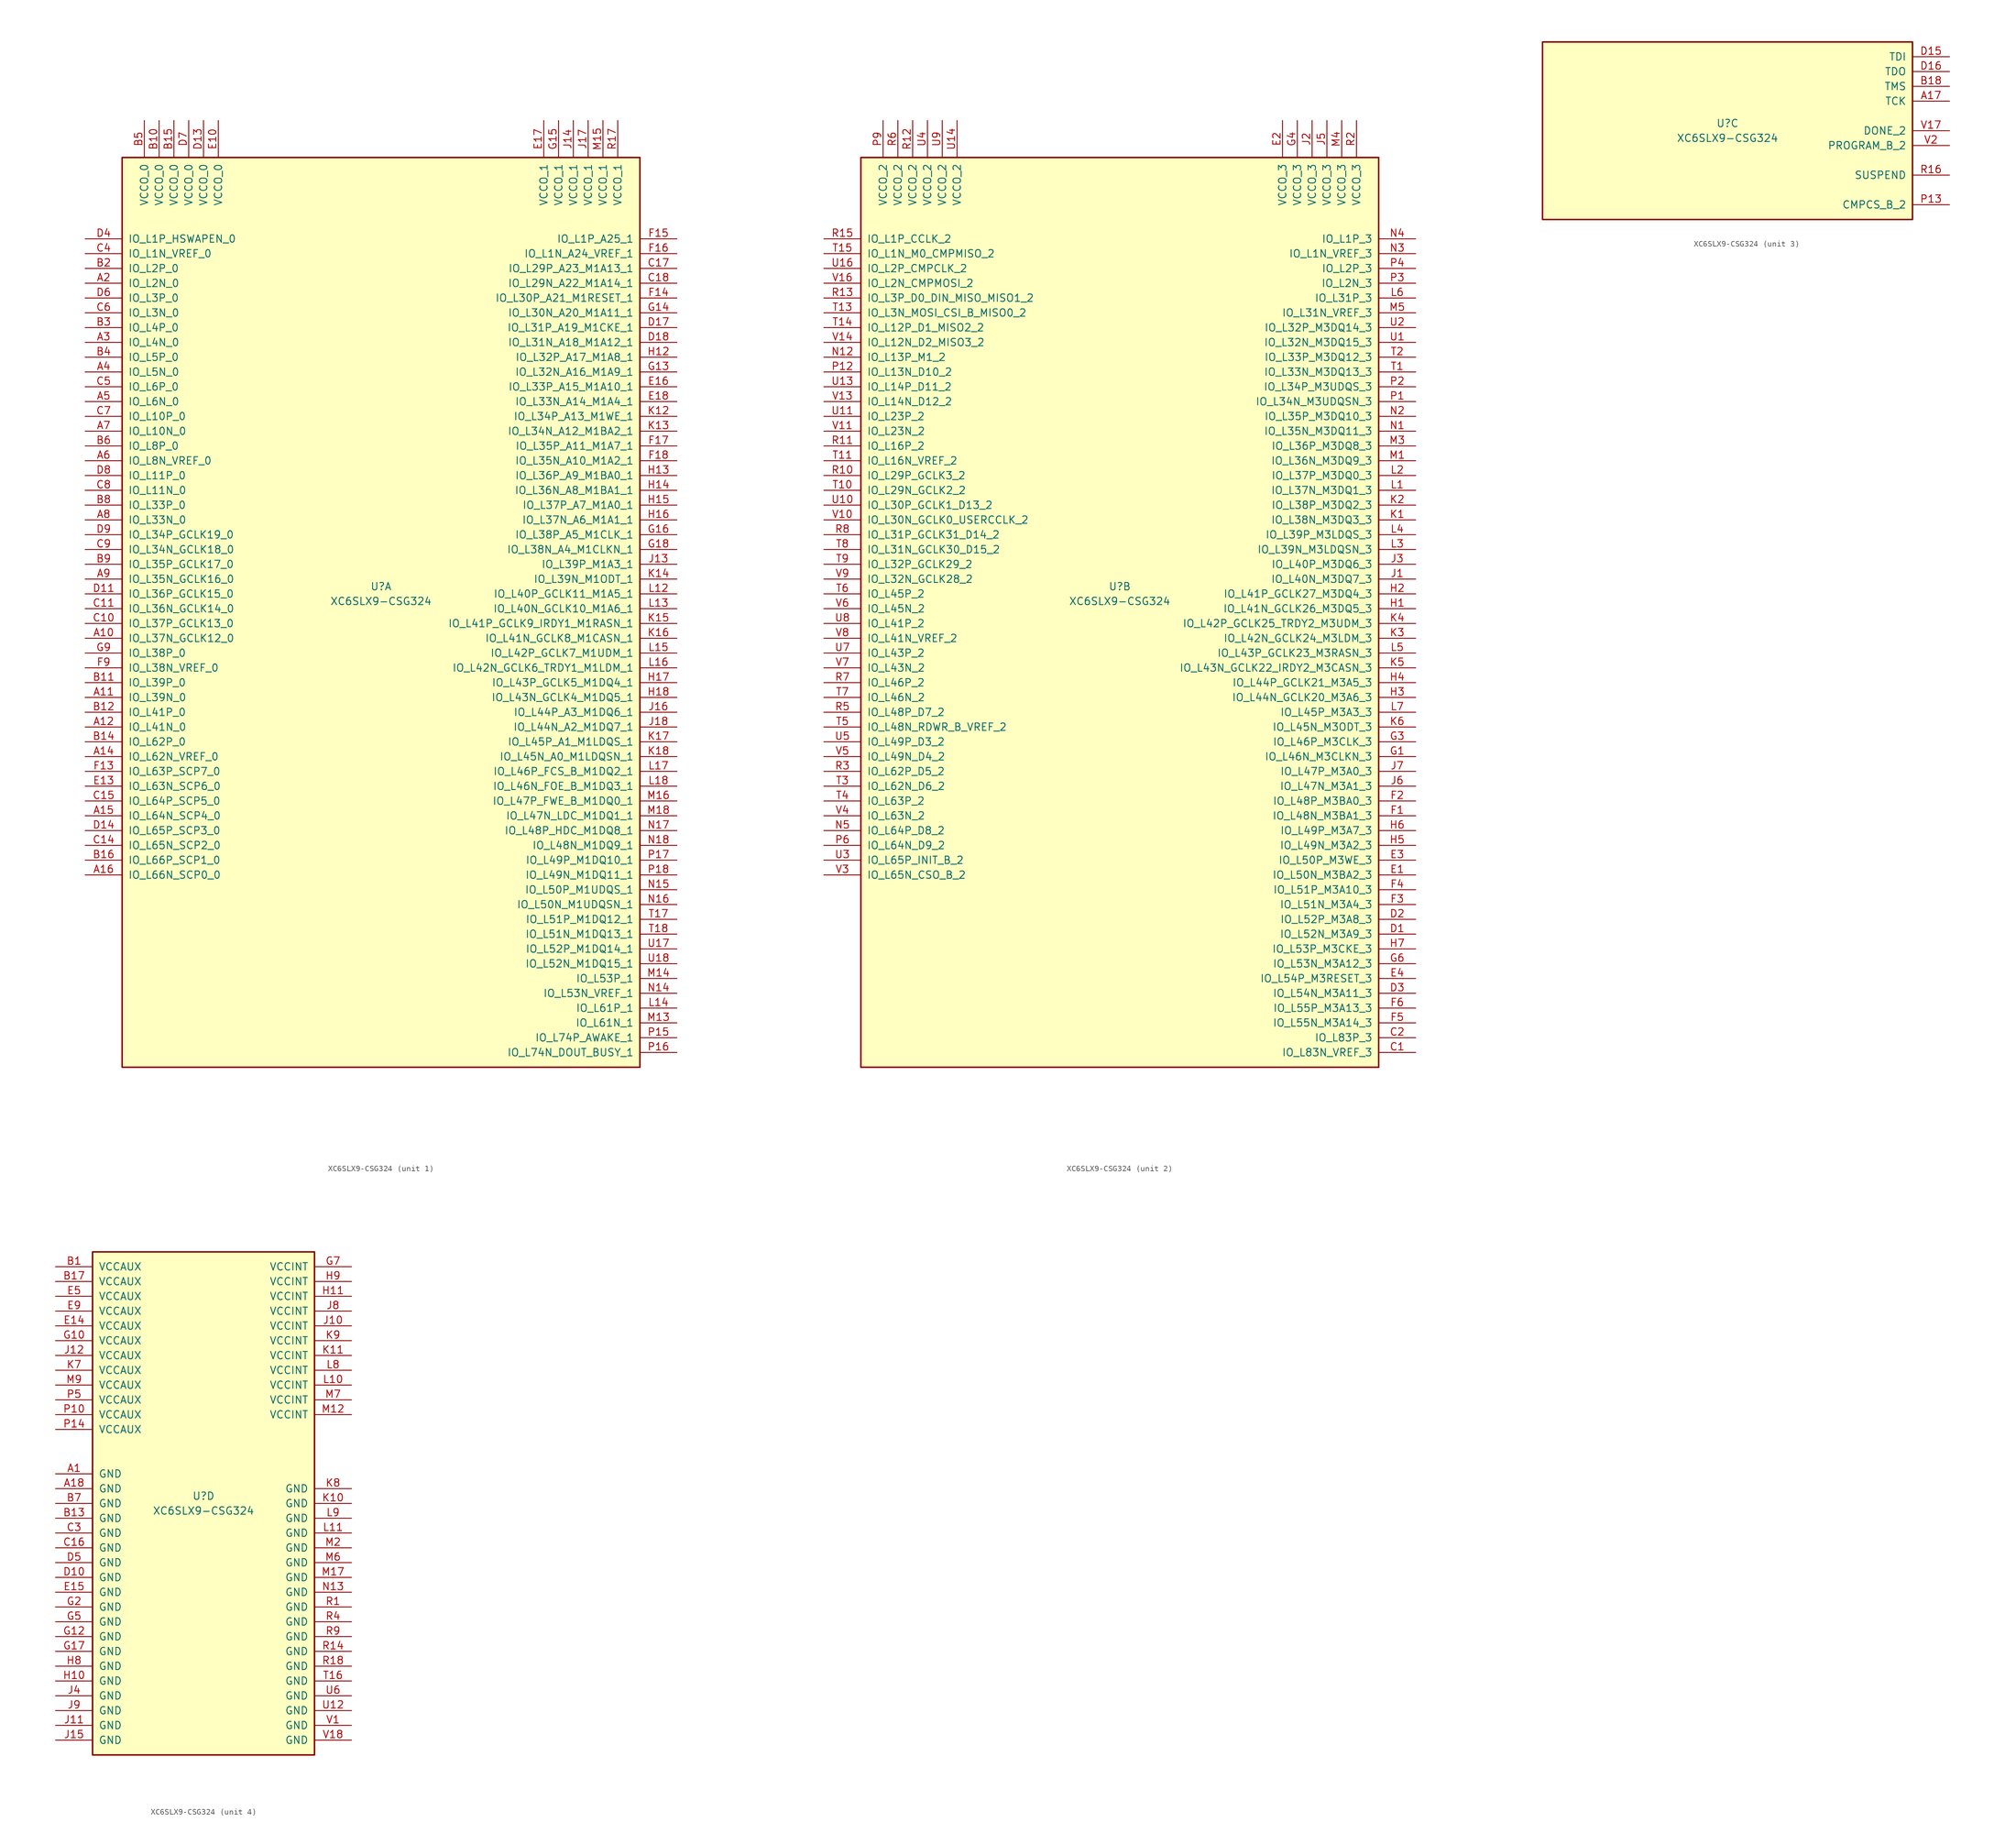
<source format=kicad_sym>
(kicad_symbol_lib
  (version 20220914)
  (generator kicad_symbol_editor)
  (symbol "XC6SLX9-CSG324"
    (pin_names
      (offset 1.016))
    (property "Reference" "U"
      (at 0 1.27 0)
      (effects (font (size 1.27 1.27))))
    (property "Value" "XC6SLX9-CSG324"
      (at 0 -1.27 0)
      (effects (font (size 1.27 1.27))))
    (property "Datasheet" ""
      (at 0 0 0)
      (effects (font (size 1.27 1.27))))
    (property "ki_locked" ""
      (at 0 0 0)
      (effects (font (size 1.27 1.27))))
    (symbol "XC6SLX9-CSG324_1_1"
      (rectangle (start -44.45 74.93) (end 44.45 -81.28) (stroke (width 0.254) (type default)) (fill (type background)))
      (pin bidirectional line (at -50.8 -7.62 0) (length 6.35) (name "IO_L37N_GCLK12_0" (effects (font (size 1.27 1.27)))) (number "A10" (effects (font (size 1.27 1.27)))))
      (pin bidirectional line (at -50.8 -17.78 0) (length 6.35) (name "IO_L39N_0" (effects (font (size 1.27 1.27)))) (number "A11" (effects (font (size 1.27 1.27)))))
      (pin bidirectional line (at -50.8 -22.86 0) (length 6.35) (name "IO_L41N_0" (effects (font (size 1.27 1.27)))) (number "A12" (effects (font (size 1.27 1.27)))))
      (pin bidirectional line (at -50.8 -27.94 0) (length 6.35) (name "IO_L62N_VREF_0" (effects (font (size 1.27 1.27)))) (number "A14" (effects (font (size 1.27 1.27)))))
      (pin bidirectional line (at -50.8 -38.1 0) (length 6.35) (name "IO_L64N_SCP4_0" (effects (font (size 1.27 1.27)))) (number "A15" (effects (font (size 1.27 1.27)))))
      (pin bidirectional line (at -50.8 -48.26 0) (length 6.35) (name "IO_L66N_SCP0_0" (effects (font (size 1.27 1.27)))) (number "A16" (effects (font (size 1.27 1.27)))))
      (pin bidirectional line (at -50.8 53.34 0) (length 6.35) (name "IO_L2N_0" (effects (font (size 1.27 1.27)))) (number "A2" (effects (font (size 1.27 1.27)))))
      (pin bidirectional line (at -50.8 43.18 0) (length 6.35) (name "IO_L4N_0" (effects (font (size 1.27 1.27)))) (number "A3" (effects (font (size 1.27 1.27)))))
      (pin bidirectional line (at -50.8 38.1 0) (length 6.35) (name "IO_L5N_0" (effects (font (size 1.27 1.27)))) (number "A4" (effects (font (size 1.27 1.27)))))
      (pin bidirectional line (at -50.8 33.02 0) (length 6.35) (name "IO_L6N_0" (effects (font (size 1.27 1.27)))) (number "A5" (effects (font (size 1.27 1.27)))))
      (pin bidirectional line (at -50.8 22.86 0) (length 6.35) (name "IO_L8N_VREF_0" (effects (font (size 1.27 1.27)))) (number "A6" (effects (font (size 1.27 1.27)))))
      (pin bidirectional line (at -50.8 27.94 0) (length 6.35) (name "IO_L10N_0" (effects (font (size 1.27 1.27)))) (number "A7" (effects (font (size 1.27 1.27)))))
      (pin bidirectional line (at -50.8 12.7 0) (length 6.35) (name "IO_L33N_0" (effects (font (size 1.27 1.27)))) (number "A8" (effects (font (size 1.27 1.27)))))
      (pin bidirectional line (at -50.8 2.54 0) (length 6.35) (name "IO_L35N_GCLK16_0" (effects (font (size 1.27 1.27)))) (number "A9" (effects (font (size 1.27 1.27)))))
      (pin power_in line (at -38.1 81.28 270) (length 6.35) (name "VCCO_0" (effects (font (size 1.27 1.27)))) (number "B10" (effects (font (size 1.27 1.27)))))
      (pin bidirectional line (at -50.8 -15.24 0) (length 6.35) (name "IO_L39P_0" (effects (font (size 1.27 1.27)))) (number "B11" (effects (font (size 1.27 1.27)))))
      (pin bidirectional line (at -50.8 -20.32 0) (length 6.35) (name "IO_L41P_0" (effects (font (size 1.27 1.27)))) (number "B12" (effects (font (size 1.27 1.27)))))
      (pin bidirectional line (at -50.8 -25.4 0) (length 6.35) (name "IO_L62P_0" (effects (font (size 1.27 1.27)))) (number "B14" (effects (font (size 1.27 1.27)))))
      (pin power_in line (at -35.56 81.28 270) (length 6.35) (name "VCCO_0" (effects (font (size 1.27 1.27)))) (number "B15" (effects (font (size 1.27 1.27)))))
      (pin bidirectional line (at -50.8 -45.72 0) (length 6.35) (name "IO_L66P_SCP1_0" (effects (font (size 1.27 1.27)))) (number "B16" (effects (font (size 1.27 1.27)))))
      (pin bidirectional line (at -50.8 55.88 0) (length 6.35) (name "IO_L2P_0" (effects (font (size 1.27 1.27)))) (number "B2" (effects (font (size 1.27 1.27)))))
      (pin bidirectional line (at -50.8 45.72 0) (length 6.35) (name "IO_L4P_0" (effects (font (size 1.27 1.27)))) (number "B3" (effects (font (size 1.27 1.27)))))
      (pin bidirectional line (at -50.8 40.64 0) (length 6.35) (name "IO_L5P_0" (effects (font (size 1.27 1.27)))) (number "B4" (effects (font (size 1.27 1.27)))))
      (pin power_in line (at -40.64 81.28 270) (length 6.35) (name "VCCO_0" (effects (font (size 1.27 1.27)))) (number "B5" (effects (font (size 1.27 1.27)))))
      (pin bidirectional line (at -50.8 25.4 0) (length 6.35) (name "IO_L8P_0" (effects (font (size 1.27 1.27)))) (number "B6" (effects (font (size 1.27 1.27)))))
      (pin bidirectional line (at -50.8 15.24 0) (length 6.35) (name "IO_L33P_0" (effects (font (size 1.27 1.27)))) (number "B8" (effects (font (size 1.27 1.27)))))
      (pin bidirectional line (at -50.8 5.08 0) (length 6.35) (name "IO_L35P_GCLK17_0" (effects (font (size 1.27 1.27)))) (number "B9" (effects (font (size 1.27 1.27)))))
      (pin bidirectional line (at -50.8 -5.08 0) (length 6.35) (name "IO_L37P_GCLK13_0" (effects (font (size 1.27 1.27)))) (number "C10" (effects (font (size 1.27 1.27)))))
      (pin bidirectional line (at -50.8 -2.54 0) (length 6.35) (name "IO_L36N_GCLK14_0" (effects (font (size 1.27 1.27)))) (number "C11" (effects (font (size 1.27 1.27)))))
      (pin bidirectional line (at -50.8 -43.18 0) (length 6.35) (name "IO_L65N_SCP2_0" (effects (font (size 1.27 1.27)))) (number "C14" (effects (font (size 1.27 1.27)))))
      (pin bidirectional line (at -50.8 -35.56 0) (length 6.35) (name "IO_L64P_SCP5_0" (effects (font (size 1.27 1.27)))) (number "C15" (effects (font (size 1.27 1.27)))))
      (pin bidirectional line (at 50.8 55.88 180) (length 6.35) (name "IO_L29P_A23_M1A13_1" (effects (font (size 1.27 1.27)))) (number "C17" (effects (font (size 1.27 1.27)))))
      (pin bidirectional line (at 50.8 53.34 180) (length 6.35) (name "IO_L29N_A22_M1A14_1" (effects (font (size 1.27 1.27)))) (number "C18" (effects (font (size 1.27 1.27)))))
      (pin bidirectional line (at -50.8 58.42 0) (length 6.35) (name "IO_L1N_VREF_0" (effects (font (size 1.27 1.27)))) (number "C4" (effects (font (size 1.27 1.27)))))
      (pin bidirectional line (at -50.8 35.56 0) (length 6.35) (name "IO_L6P_0" (effects (font (size 1.27 1.27)))) (number "C5" (effects (font (size 1.27 1.27)))))
      (pin bidirectional line (at -50.8 48.26 0) (length 6.35) (name "IO_L3N_0" (effects (font (size 1.27 1.27)))) (number "C6" (effects (font (size 1.27 1.27)))))
      (pin bidirectional line (at -50.8 30.48 0) (length 6.35) (name "IO_L10P_0" (effects (font (size 1.27 1.27)))) (number "C7" (effects (font (size 1.27 1.27)))))
      (pin bidirectional line (at -50.8 17.78 0) (length 6.35) (name "IO_L11N_0" (effects (font (size 1.27 1.27)))) (number "C8" (effects (font (size 1.27 1.27)))))
      (pin bidirectional line (at -50.8 7.62 0) (length 6.35) (name "IO_L34N_GCLK18_0" (effects (font (size 1.27 1.27)))) (number "C9" (effects (font (size 1.27 1.27)))))
      (pin bidirectional line (at -50.8 0 0) (length 6.35) (name "IO_L36P_GCLK15_0" (effects (font (size 1.27 1.27)))) (number "D11" (effects (font (size 1.27 1.27)))))
      (pin power_in line (at -30.48 81.28 270) (length 6.35) (name "VCCO_0" (effects (font (size 1.27 1.27)))) (number "D13" (effects (font (size 1.27 1.27)))))
      (pin bidirectional line (at -50.8 -40.64 0) (length 6.35) (name "IO_L65P_SCP3_0" (effects (font (size 1.27 1.27)))) (number "D14" (effects (font (size 1.27 1.27)))))
      (pin bidirectional line (at 50.8 45.72 180) (length 6.35) (name "IO_L31P_A19_M1CKE_1" (effects (font (size 1.27 1.27)))) (number "D17" (effects (font (size 1.27 1.27)))))
      (pin bidirectional line (at 50.8 43.18 180) (length 6.35) (name "IO_L31N_A18_M1A12_1" (effects (font (size 1.27 1.27)))) (number "D18" (effects (font (size 1.27 1.27)))))
      (pin bidirectional line (at -50.8 60.96 0) (length 6.35) (name "IO_L1P_HSWAPEN_0" (effects (font (size 1.27 1.27)))) (number "D4" (effects (font (size 1.27 1.27)))))
      (pin bidirectional line (at -50.8 50.8 0) (length 6.35) (name "IO_L3P_0" (effects (font (size 1.27 1.27)))) (number "D6" (effects (font (size 1.27 1.27)))))
      (pin power_in line (at -33.02 81.28 270) (length 6.35) (name "VCCO_0" (effects (font (size 1.27 1.27)))) (number "D7" (effects (font (size 1.27 1.27)))))
      (pin bidirectional line (at -50.8 20.32 0) (length 6.35) (name "IO_L11P_0" (effects (font (size 1.27 1.27)))) (number "D8" (effects (font (size 1.27 1.27)))))
      (pin bidirectional line (at -50.8 10.16 0) (length 6.35) (name "IO_L34P_GCLK19_0" (effects (font (size 1.27 1.27)))) (number "D9" (effects (font (size 1.27 1.27)))))
      (pin power_in line (at -27.94 81.28 270) (length 6.35) (name "VCCO_0" (effects (font (size 1.27 1.27)))) (number "E10" (effects (font (size 1.27 1.27)))))
      (pin bidirectional line (at -50.8 -33.02 0) (length 6.35) (name "IO_L63N_SCP6_0" (effects (font (size 1.27 1.27)))) (number "E13" (effects (font (size 1.27 1.27)))))
      (pin bidirectional line (at 50.8 35.56 180) (length 6.35) (name "IO_L33P_A15_M1A10_1" (effects (font (size 1.27 1.27)))) (number "E16" (effects (font (size 1.27 1.27)))))
      (pin power_in line (at 27.94 81.28 270) (length 6.35) (name "VCCO_1" (effects (font (size 1.27 1.27)))) (number "E17" (effects (font (size 1.27 1.27)))))
      (pin bidirectional line (at 50.8 33.02 180) (length 6.35) (name "IO_L33N_A14_M1A4_1" (effects (font (size 1.27 1.27)))) (number "E18" (effects (font (size 1.27 1.27)))))
      (pin bidirectional line (at -50.8 -30.48 0) (length 6.35) (name "IO_L63P_SCP7_0" (effects (font (size 1.27 1.27)))) (number "F13" (effects (font (size 1.27 1.27)))))
      (pin bidirectional line (at 50.8 50.8 180) (length 6.35) (name "IO_L30P_A21_M1RESET_1" (effects (font (size 1.27 1.27)))) (number "F14" (effects (font (size 1.27 1.27)))))
      (pin bidirectional line (at 50.8 60.96 180) (length 6.35) (name "IO_L1P_A25_1" (effects (font (size 1.27 1.27)))) (number "F15" (effects (font (size 1.27 1.27)))))
      (pin bidirectional line (at 50.8 58.42 180) (length 6.35) (name "IO_L1N_A24_VREF_1" (effects (font (size 1.27 1.27)))) (number "F16" (effects (font (size 1.27 1.27)))))
      (pin bidirectional line (at 50.8 25.4 180) (length 6.35) (name "IO_L35P_A11_M1A7_1" (effects (font (size 1.27 1.27)))) (number "F17" (effects (font (size 1.27 1.27)))))
      (pin bidirectional line (at 50.8 22.86 180) (length 6.35) (name "IO_L35N_A10_M1A2_1" (effects (font (size 1.27 1.27)))) (number "F18" (effects (font (size 1.27 1.27)))))
      (pin bidirectional line (at -50.8 -12.7 0) (length 6.35) (name "IO_L38N_VREF_0" (effects (font (size 1.27 1.27)))) (number "F9" (effects (font (size 1.27 1.27)))))
      (pin bidirectional line (at 50.8 38.1 180) (length 6.35) (name "IO_L32N_A16_M1A9_1" (effects (font (size 1.27 1.27)))) (number "G13" (effects (font (size 1.27 1.27)))))
      (pin bidirectional line (at 50.8 48.26 180) (length 6.35) (name "IO_L30N_A20_M1A11_1" (effects (font (size 1.27 1.27)))) (number "G14" (effects (font (size 1.27 1.27)))))
      (pin power_in line (at 30.48 81.28 270) (length 6.35) (name "VCCO_1" (effects (font (size 1.27 1.27)))) (number "G15" (effects (font (size 1.27 1.27)))))
      (pin bidirectional line (at 50.8 10.16 180) (length 6.35) (name "IO_L38P_A5_M1CLK_1" (effects (font (size 1.27 1.27)))) (number "G16" (effects (font (size 1.27 1.27)))))
      (pin bidirectional line (at 50.8 7.62 180) (length 6.35) (name "IO_L38N_A4_M1CLKN_1" (effects (font (size 1.27 1.27)))) (number "G18" (effects (font (size 1.27 1.27)))))
      (pin bidirectional line (at -50.8 -10.16 0) (length 6.35) (name "IO_L38P_0" (effects (font (size 1.27 1.27)))) (number "G9" (effects (font (size 1.27 1.27)))))
      (pin bidirectional line (at 50.8 40.64 180) (length 6.35) (name "IO_L32P_A17_M1A8_1" (effects (font (size 1.27 1.27)))) (number "H12" (effects (font (size 1.27 1.27)))))
      (pin bidirectional line (at 50.8 20.32 180) (length 6.35) (name "IO_L36P_A9_M1BA0_1" (effects (font (size 1.27 1.27)))) (number "H13" (effects (font (size 1.27 1.27)))))
      (pin bidirectional line (at 50.8 17.78 180) (length 6.35) (name "IO_L36N_A8_M1BA1_1" (effects (font (size 1.27 1.27)))) (number "H14" (effects (font (size 1.27 1.27)))))
      (pin bidirectional line (at 50.8 15.24 180) (length 6.35) (name "IO_L37P_A7_M1A0_1" (effects (font (size 1.27 1.27)))) (number "H15" (effects (font (size 1.27 1.27)))))
      (pin bidirectional line (at 50.8 12.7 180) (length 6.35) (name "IO_L37N_A6_M1A1_1" (effects (font (size 1.27 1.27)))) (number "H16" (effects (font (size 1.27 1.27)))))
      (pin bidirectional line (at 50.8 -15.24 180) (length 6.35) (name "IO_L43P_GCLK5_M1DQ4_1" (effects (font (size 1.27 1.27)))) (number "H17" (effects (font (size 1.27 1.27)))))
      (pin bidirectional line (at 50.8 -17.78 180) (length 6.35) (name "IO_L43N_GCLK4_M1DQ5_1" (effects (font (size 1.27 1.27)))) (number "H18" (effects (font (size 1.27 1.27)))))
      (pin bidirectional line (at 50.8 5.08 180) (length 6.35) (name "IO_L39P_M1A3_1" (effects (font (size 1.27 1.27)))) (number "J13" (effects (font (size 1.27 1.27)))))
      (pin power_in line (at 33.02 81.28 270) (length 6.35) (name "VCCO_1" (effects (font (size 1.27 1.27)))) (number "J14" (effects (font (size 1.27 1.27)))))
      (pin bidirectional line (at 50.8 -20.32 180) (length 6.35) (name "IO_L44P_A3_M1DQ6_1" (effects (font (size 1.27 1.27)))) (number "J16" (effects (font (size 1.27 1.27)))))
      (pin power_in line (at 35.56 81.28 270) (length 6.35) (name "VCCO_1" (effects (font (size 1.27 1.27)))) (number "J17" (effects (font (size 1.27 1.27)))))
      (pin bidirectional line (at 50.8 -22.86 180) (length 6.35) (name "IO_L44N_A2_M1DQ7_1" (effects (font (size 1.27 1.27)))) (number "J18" (effects (font (size 1.27 1.27)))))
      (pin bidirectional line (at 50.8 30.48 180) (length 6.35) (name "IO_L34P_A13_M1WE_1" (effects (font (size 1.27 1.27)))) (number "K12" (effects (font (size 1.27 1.27)))))
      (pin bidirectional line (at 50.8 27.94 180) (length 6.35) (name "IO_L34N_A12_M1BA2_1" (effects (font (size 1.27 1.27)))) (number "K13" (effects (font (size 1.27 1.27)))))
      (pin bidirectional line (at 50.8 2.54 180) (length 6.35) (name "IO_L39N_M1ODT_1" (effects (font (size 1.27 1.27)))) (number "K14" (effects (font (size 1.27 1.27)))))
      (pin bidirectional line (at 50.8 -5.08 180) (length 6.35) (name "IO_L41P_GCLK9_IRDY1_M1RASN_1" (effects (font (size 1.27 1.27)))) (number "K15" (effects (font (size 1.27 1.27)))))
      (pin bidirectional line (at 50.8 -7.62 180) (length 6.35) (name "IO_L41N_GCLK8_M1CASN_1" (effects (font (size 1.27 1.27)))) (number "K16" (effects (font (size 1.27 1.27)))))
      (pin bidirectional line (at 50.8 -25.4 180) (length 6.35) (name "IO_L45P_A1_M1LDQS_1" (effects (font (size 1.27 1.27)))) (number "K17" (effects (font (size 1.27 1.27)))))
      (pin bidirectional line (at 50.8 -27.94 180) (length 6.35) (name "IO_L45N_A0_M1LDQSN_1" (effects (font (size 1.27 1.27)))) (number "K18" (effects (font (size 1.27 1.27)))))
      (pin bidirectional line (at 50.8 0 180) (length 6.35) (name "IO_L40P_GCLK11_M1A5_1" (effects (font (size 1.27 1.27)))) (number "L12" (effects (font (size 1.27 1.27)))))
      (pin bidirectional line (at 50.8 -2.54 180) (length 6.35) (name "IO_L40N_GCLK10_M1A6_1" (effects (font (size 1.27 1.27)))) (number "L13" (effects (font (size 1.27 1.27)))))
      (pin bidirectional line (at 50.8 -71.12 180) (length 6.35) (name "IO_L61P_1" (effects (font (size 1.27 1.27)))) (number "L14" (effects (font (size 1.27 1.27)))))
      (pin bidirectional line (at 50.8 -10.16 180) (length 6.35) (name "IO_L42P_GCLK7_M1UDM_1" (effects (font (size 1.27 1.27)))) (number "L15" (effects (font (size 1.27 1.27)))))
      (pin bidirectional line (at 50.8 -12.7 180) (length 6.35) (name "IO_L42N_GCLK6_TRDY1_M1LDM_1" (effects (font (size 1.27 1.27)))) (number "L16" (effects (font (size 1.27 1.27)))))
      (pin bidirectional line (at 50.8 -30.48 180) (length 6.35) (name "IO_L46P_FCS_B_M1DQ2_1" (effects (font (size 1.27 1.27)))) (number "L17" (effects (font (size 1.27 1.27)))))
      (pin bidirectional line (at 50.8 -33.02 180) (length 6.35) (name "IO_L46N_FOE_B_M1DQ3_1" (effects (font (size 1.27 1.27)))) (number "L18" (effects (font (size 1.27 1.27)))))
      (pin bidirectional line (at 50.8 -73.66 180) (length 6.35) (name "IO_L61N_1" (effects (font (size 1.27 1.27)))) (number "M13" (effects (font (size 1.27 1.27)))))
      (pin bidirectional line (at 50.8 -66.04 180) (length 6.35) (name "IO_L53P_1" (effects (font (size 1.27 1.27)))) (number "M14" (effects (font (size 1.27 1.27)))))
      (pin power_in line (at 38.1 81.28 270) (length 6.35) (name "VCCO_1" (effects (font (size 1.27 1.27)))) (number "M15" (effects (font (size 1.27 1.27)))))
      (pin bidirectional line (at 50.8 -35.56 180) (length 6.35) (name "IO_L47P_FWE_B_M1DQ0_1" (effects (font (size 1.27 1.27)))) (number "M16" (effects (font (size 1.27 1.27)))))
      (pin bidirectional line (at 50.8 -38.1 180) (length 6.35) (name "IO_L47N_LDC_M1DQ1_1" (effects (font (size 1.27 1.27)))) (number "M18" (effects (font (size 1.27 1.27)))))
      (pin bidirectional line (at 50.8 -68.58 180) (length 6.35) (name "IO_L53N_VREF_1" (effects (font (size 1.27 1.27)))) (number "N14" (effects (font (size 1.27 1.27)))))
      (pin bidirectional line (at 50.8 -50.8 180) (length 6.35) (name "IO_L50P_M1UDQS_1" (effects (font (size 1.27 1.27)))) (number "N15" (effects (font (size 1.27 1.27)))))
      (pin bidirectional line (at 50.8 -53.34 180) (length 6.35) (name "IO_L50N_M1UDQSN_1" (effects (font (size 1.27 1.27)))) (number "N16" (effects (font (size 1.27 1.27)))))
      (pin bidirectional line (at 50.8 -40.64 180) (length 6.35) (name "IO_L48P_HDC_M1DQ8_1" (effects (font (size 1.27 1.27)))) (number "N17" (effects (font (size 1.27 1.27)))))
      (pin bidirectional line (at 50.8 -43.18 180) (length 6.35) (name "IO_L48N_M1DQ9_1" (effects (font (size 1.27 1.27)))) (number "N18" (effects (font (size 1.27 1.27)))))
      (pin bidirectional line (at 50.8 -76.2 180) (length 6.35) (name "IO_L74P_AWAKE_1" (effects (font (size 1.27 1.27)))) (number "P15" (effects (font (size 1.27 1.27)))))
      (pin bidirectional line (at 50.8 -78.74 180) (length 6.35) (name "IO_L74N_DOUT_BUSY_1" (effects (font (size 1.27 1.27)))) (number "P16" (effects (font (size 1.27 1.27)))))
      (pin bidirectional line (at 50.8 -45.72 180) (length 6.35) (name "IO_L49P_M1DQ10_1" (effects (font (size 1.27 1.27)))) (number "P17" (effects (font (size 1.27 1.27)))))
      (pin bidirectional line (at 50.8 -48.26 180) (length 6.35) (name "IO_L49N_M1DQ11_1" (effects (font (size 1.27 1.27)))) (number "P18" (effects (font (size 1.27 1.27)))))
      (pin power_in line (at 40.64 81.28 270) (length 6.35) (name "VCCO_1" (effects (font (size 1.27 1.27)))) (number "R17" (effects (font (size 1.27 1.27)))))
      (pin bidirectional line (at 50.8 -55.88 180) (length 6.35) (name "IO_L51P_M1DQ12_1" (effects (font (size 1.27 1.27)))) (number "T17" (effects (font (size 1.27 1.27)))))
      (pin bidirectional line (at 50.8 -58.42 180) (length 6.35) (name "IO_L51N_M1DQ13_1" (effects (font (size 1.27 1.27)))) (number "T18" (effects (font (size 1.27 1.27)))))
      (pin bidirectional line (at 50.8 -60.96 180) (length 6.35) (name "IO_L52P_M1DQ14_1" (effects (font (size 1.27 1.27)))) (number "U17" (effects (font (size 1.27 1.27)))))
      (pin bidirectional line (at 50.8 -63.5 180) (length 6.35) (name "IO_L52N_M1DQ15_1" (effects (font (size 1.27 1.27)))) (number "U18" (effects (font (size 1.27 1.27))))))
    (symbol "XC6SLX9-CSG324_2_1"
      (rectangle (start -44.45 74.93) (end 44.45 -81.28) (stroke (width 0.254) (type default)) (fill (type background)))
      (pin bidirectional line (at 50.8 -78.74 180) (length 6.35) (name "IO_L83N_VREF_3" (effects (font (size 1.27 1.27)))) (number "C1" (effects (font (size 1.27 1.27)))))
      (pin bidirectional line (at 50.8 -76.2 180) (length 6.35) (name "IO_L83P_3" (effects (font (size 1.27 1.27)))) (number "C2" (effects (font (size 1.27 1.27)))))
      (pin bidirectional line (at 50.8 -58.42 180) (length 6.35) (name "IO_L52N_M3A9_3" (effects (font (size 1.27 1.27)))) (number "D1" (effects (font (size 1.27 1.27)))))
      (pin bidirectional line (at 50.8 -55.88 180) (length 6.35) (name "IO_L52P_M3A8_3" (effects (font (size 1.27 1.27)))) (number "D2" (effects (font (size 1.27 1.27)))))
      (pin bidirectional line (at 50.8 -68.58 180) (length 6.35) (name "IO_L54N_M3A11_3" (effects (font (size 1.27 1.27)))) (number "D3" (effects (font (size 1.27 1.27)))))
      (pin bidirectional line (at 50.8 -48.26 180) (length 6.35) (name "IO_L50N_M3BA2_3" (effects (font (size 1.27 1.27)))) (number "E1" (effects (font (size 1.27 1.27)))))
      (pin power_in line (at 27.94 81.28 270) (length 6.35) (name "VCCO_3" (effects (font (size 1.27 1.27)))) (number "E2" (effects (font (size 1.27 1.27)))))
      (pin bidirectional line (at 50.8 -45.72 180) (length 6.35) (name "IO_L50P_M3WE_3" (effects (font (size 1.27 1.27)))) (number "E3" (effects (font (size 1.27 1.27)))))
      (pin bidirectional line (at 50.8 -66.04 180) (length 6.35) (name "IO_L54P_M3RESET_3" (effects (font (size 1.27 1.27)))) (number "E4" (effects (font (size 1.27 1.27)))))
      (pin bidirectional line (at 50.8 -38.1 180) (length 6.35) (name "IO_L48N_M3BA1_3" (effects (font (size 1.27 1.27)))) (number "F1" (effects (font (size 1.27 1.27)))))
      (pin bidirectional line (at 50.8 -35.56 180) (length 6.35) (name "IO_L48P_M3BA0_3" (effects (font (size 1.27 1.27)))) (number "F2" (effects (font (size 1.27 1.27)))))
      (pin bidirectional line (at 50.8 -53.34 180) (length 6.35) (name "IO_L51N_M3A4_3" (effects (font (size 1.27 1.27)))) (number "F3" (effects (font (size 1.27 1.27)))))
      (pin bidirectional line (at 50.8 -50.8 180) (length 6.35) (name "IO_L51P_M3A10_3" (effects (font (size 1.27 1.27)))) (number "F4" (effects (font (size 1.27 1.27)))))
      (pin bidirectional line (at 50.8 -73.66 180) (length 6.35) (name "IO_L55N_M3A14_3" (effects (font (size 1.27 1.27)))) (number "F5" (effects (font (size 1.27 1.27)))))
      (pin bidirectional line (at 50.8 -71.12 180) (length 6.35) (name "IO_L55P_M3A13_3" (effects (font (size 1.27 1.27)))) (number "F6" (effects (font (size 1.27 1.27)))))
      (pin bidirectional line (at 50.8 -27.94 180) (length 6.35) (name "IO_L46N_M3CLKN_3" (effects (font (size 1.27 1.27)))) (number "G1" (effects (font (size 1.27 1.27)))))
      (pin bidirectional line (at 50.8 -25.4 180) (length 6.35) (name "IO_L46P_M3CLK_3" (effects (font (size 1.27 1.27)))) (number "G3" (effects (font (size 1.27 1.27)))))
      (pin power_in line (at 30.48 81.28 270) (length 6.35) (name "VCCO_3" (effects (font (size 1.27 1.27)))) (number "G4" (effects (font (size 1.27 1.27)))))
      (pin bidirectional line (at 50.8 -63.5 180) (length 6.35) (name "IO_L53N_M3A12_3" (effects (font (size 1.27 1.27)))) (number "G6" (effects (font (size 1.27 1.27)))))
      (pin bidirectional line (at 50.8 -2.54 180) (length 6.35) (name "IO_L41N_GCLK26_M3DQ5_3" (effects (font (size 1.27 1.27)))) (number "H1" (effects (font (size 1.27 1.27)))))
      (pin bidirectional line (at 50.8 0 180) (length 6.35) (name "IO_L41P_GCLK27_M3DQ4_3" (effects (font (size 1.27 1.27)))) (number "H2" (effects (font (size 1.27 1.27)))))
      (pin bidirectional line (at 50.8 -17.78 180) (length 6.35) (name "IO_L44N_GCLK20_M3A6_3" (effects (font (size 1.27 1.27)))) (number "H3" (effects (font (size 1.27 1.27)))))
      (pin bidirectional line (at 50.8 -15.24 180) (length 6.35) (name "IO_L44P_GCLK21_M3A5_3" (effects (font (size 1.27 1.27)))) (number "H4" (effects (font (size 1.27 1.27)))))
      (pin bidirectional line (at 50.8 -43.18 180) (length 6.35) (name "IO_L49N_M3A2_3" (effects (font (size 1.27 1.27)))) (number "H5" (effects (font (size 1.27 1.27)))))
      (pin bidirectional line (at 50.8 -40.64 180) (length 6.35) (name "IO_L49P_M3A7_3" (effects (font (size 1.27 1.27)))) (number "H6" (effects (font (size 1.27 1.27)))))
      (pin bidirectional line (at 50.8 -60.96 180) (length 6.35) (name "IO_L53P_M3CKE_3" (effects (font (size 1.27 1.27)))) (number "H7" (effects (font (size 1.27 1.27)))))
      (pin bidirectional line (at 50.8 2.54 180) (length 6.35) (name "IO_L40N_M3DQ7_3" (effects (font (size 1.27 1.27)))) (number "J1" (effects (font (size 1.27 1.27)))))
      (pin power_in line (at 33.02 81.28 270) (length 6.35) (name "VCCO_3" (effects (font (size 1.27 1.27)))) (number "J2" (effects (font (size 1.27 1.27)))))
      (pin bidirectional line (at 50.8 5.08 180) (length 6.35) (name "IO_L40P_M3DQ6_3" (effects (font (size 1.27 1.27)))) (number "J3" (effects (font (size 1.27 1.27)))))
      (pin power_in line (at 35.56 81.28 270) (length 6.35) (name "VCCO_3" (effects (font (size 1.27 1.27)))) (number "J5" (effects (font (size 1.27 1.27)))))
      (pin bidirectional line (at 50.8 -33.02 180) (length 6.35) (name "IO_L47N_M3A1_3" (effects (font (size 1.27 1.27)))) (number "J6" (effects (font (size 1.27 1.27)))))
      (pin bidirectional line (at 50.8 -30.48 180) (length 6.35) (name "IO_L47P_M3A0_3" (effects (font (size 1.27 1.27)))) (number "J7" (effects (font (size 1.27 1.27)))))
      (pin bidirectional line (at 50.8 12.7 180) (length 6.35) (name "IO_L38N_M3DQ3_3" (effects (font (size 1.27 1.27)))) (number "K1" (effects (font (size 1.27 1.27)))))
      (pin bidirectional line (at 50.8 15.24 180) (length 6.35) (name "IO_L38P_M3DQ2_3" (effects (font (size 1.27 1.27)))) (number "K2" (effects (font (size 1.27 1.27)))))
      (pin bidirectional line (at 50.8 -7.62 180) (length 6.35) (name "IO_L42N_GCLK24_M3LDM_3" (effects (font (size 1.27 1.27)))) (number "K3" (effects (font (size 1.27 1.27)))))
      (pin bidirectional line (at 50.8 -5.08 180) (length 6.35) (name "IO_L42P_GCLK25_TRDY2_M3UDM_3" (effects (font (size 1.27 1.27)))) (number "K4" (effects (font (size 1.27 1.27)))))
      (pin bidirectional line (at 50.8 -12.7 180) (length 6.35) (name "IO_L43N_GCLK22_IRDY2_M3CASN_3" (effects (font (size 1.27 1.27)))) (number "K5" (effects (font (size 1.27 1.27)))))
      (pin bidirectional line (at 50.8 -22.86 180) (length 6.35) (name "IO_L45N_M3ODT_3" (effects (font (size 1.27 1.27)))) (number "K6" (effects (font (size 1.27 1.27)))))
      (pin bidirectional line (at 50.8 17.78 180) (length 6.35) (name "IO_L37N_M3DQ1_3" (effects (font (size 1.27 1.27)))) (number "L1" (effects (font (size 1.27 1.27)))))
      (pin bidirectional line (at 50.8 20.32 180) (length 6.35) (name "IO_L37P_M3DQ0_3" (effects (font (size 1.27 1.27)))) (number "L2" (effects (font (size 1.27 1.27)))))
      (pin bidirectional line (at 50.8 7.62 180) (length 6.35) (name "IO_L39N_M3LDQSN_3" (effects (font (size 1.27 1.27)))) (number "L3" (effects (font (size 1.27 1.27)))))
      (pin bidirectional line (at 50.8 10.16 180) (length 6.35) (name "IO_L39P_M3LDQS_3" (effects (font (size 1.27 1.27)))) (number "L4" (effects (font (size 1.27 1.27)))))
      (pin bidirectional line (at 50.8 -10.16 180) (length 6.35) (name "IO_L43P_GCLK23_M3RASN_3" (effects (font (size 1.27 1.27)))) (number "L5" (effects (font (size 1.27 1.27)))))
      (pin bidirectional line (at 50.8 50.8 180) (length 6.35) (name "IO_L31P_3" (effects (font (size 1.27 1.27)))) (number "L6" (effects (font (size 1.27 1.27)))))
      (pin bidirectional line (at 50.8 -20.32 180) (length 6.35) (name "IO_L45P_M3A3_3" (effects (font (size 1.27 1.27)))) (number "L7" (effects (font (size 1.27 1.27)))))
      (pin bidirectional line (at 50.8 22.86 180) (length 6.35) (name "IO_L36N_M3DQ9_3" (effects (font (size 1.27 1.27)))) (number "M1" (effects (font (size 1.27 1.27)))))
      (pin bidirectional line (at 50.8 25.4 180) (length 6.35) (name "IO_L36P_M3DQ8_3" (effects (font (size 1.27 1.27)))) (number "M3" (effects (font (size 1.27 1.27)))))
      (pin power_in line (at 38.1 81.28 270) (length 6.35) (name "VCCO_3" (effects (font (size 1.27 1.27)))) (number "M4" (effects (font (size 1.27 1.27)))))
      (pin bidirectional line (at 50.8 48.26 180) (length 6.35) (name "IO_L31N_VREF_3" (effects (font (size 1.27 1.27)))) (number "M5" (effects (font (size 1.27 1.27)))))
      (pin bidirectional line (at 50.8 27.94 180) (length 6.35) (name "IO_L35N_M3DQ11_3" (effects (font (size 1.27 1.27)))) (number "N1" (effects (font (size 1.27 1.27)))))
      (pin bidirectional line (at -50.8 40.64 0) (length 6.35) (name "IO_L13P_M1_2" (effects (font (size 1.27 1.27)))) (number "N12" (effects (font (size 1.27 1.27)))))
      (pin bidirectional line (at 50.8 30.48 180) (length 6.35) (name "IO_L35P_M3DQ10_3" (effects (font (size 1.27 1.27)))) (number "N2" (effects (font (size 1.27 1.27)))))
      (pin bidirectional line (at 50.8 58.42 180) (length 6.35) (name "IO_L1N_VREF_3" (effects (font (size 1.27 1.27)))) (number "N3" (effects (font (size 1.27 1.27)))))
      (pin bidirectional line (at 50.8 60.96 180) (length 6.35) (name "IO_L1P_3" (effects (font (size 1.27 1.27)))) (number "N4" (effects (font (size 1.27 1.27)))))
      (pin bidirectional line (at -50.8 -40.64 0) (length 6.35) (name "IO_L64P_D8_2" (effects (font (size 1.27 1.27)))) (number "N5" (effects (font (size 1.27 1.27)))))
      (pin bidirectional line (at 50.8 33.02 180) (length 6.35) (name "IO_L34N_M3UDQSN_3" (effects (font (size 1.27 1.27)))) (number "P1" (effects (font (size 1.27 1.27)))))
      (pin bidirectional line (at -50.8 38.1 0) (length 6.35) (name "IO_L13N_D10_2" (effects (font (size 1.27 1.27)))) (number "P12" (effects (font (size 1.27 1.27)))))
      (pin bidirectional line (at 50.8 35.56 180) (length 6.35) (name "IO_L34P_M3UDQS_3" (effects (font (size 1.27 1.27)))) (number "P2" (effects (font (size 1.27 1.27)))))
      (pin bidirectional line (at 50.8 53.34 180) (length 6.35) (name "IO_L2N_3" (effects (font (size 1.27 1.27)))) (number "P3" (effects (font (size 1.27 1.27)))))
      (pin bidirectional line (at 50.8 55.88 180) (length 6.35) (name "IO_L2P_3" (effects (font (size 1.27 1.27)))) (number "P4" (effects (font (size 1.27 1.27)))))
      (pin bidirectional line (at -50.8 -43.18 0) (length 6.35) (name "IO_L64N_D9_2" (effects (font (size 1.27 1.27)))) (number "P6" (effects (font (size 1.27 1.27)))))
      (pin power_in line (at -40.64 81.28 270) (length 6.35) (name "VCCO_2" (effects (font (size 1.27 1.27)))) (number "P9" (effects (font (size 1.27 1.27)))))
      (pin bidirectional line (at -50.8 20.32 0) (length 6.35) (name "IO_L29P_GCLK3_2" (effects (font (size 1.27 1.27)))) (number "R10" (effects (font (size 1.27 1.27)))))
      (pin bidirectional line (at -50.8 25.4 0) (length 6.35) (name "IO_L16P_2" (effects (font (size 1.27 1.27)))) (number "R11" (effects (font (size 1.27 1.27)))))
      (pin power_in line (at -35.56 81.28 270) (length 6.35) (name "VCCO_2" (effects (font (size 1.27 1.27)))) (number "R12" (effects (font (size 1.27 1.27)))))
      (pin bidirectional line (at -50.8 50.8 0) (length 6.35) (name "IO_L3P_D0_DIN_MISO_MISO1_2" (effects (font (size 1.27 1.27)))) (number "R13" (effects (font (size 1.27 1.27)))))
      (pin bidirectional line (at -50.8 60.96 0) (length 6.35) (name "IO_L1P_CCLK_2" (effects (font (size 1.27 1.27)))) (number "R15" (effects (font (size 1.27 1.27)))))
      (pin power_in line (at 40.64 81.28 270) (length 6.35) (name "VCCO_3" (effects (font (size 1.27 1.27)))) (number "R2" (effects (font (size 1.27 1.27)))))
      (pin bidirectional line (at -50.8 -30.48 0) (length 6.35) (name "IO_L62P_D5_2" (effects (font (size 1.27 1.27)))) (number "R3" (effects (font (size 1.27 1.27)))))
      (pin bidirectional line (at -50.8 -20.32 0) (length 6.35) (name "IO_L48P_D7_2" (effects (font (size 1.27 1.27)))) (number "R5" (effects (font (size 1.27 1.27)))))
      (pin power_in line (at -38.1 81.28 270) (length 6.35) (name "VCCO_2" (effects (font (size 1.27 1.27)))) (number "R6" (effects (font (size 1.27 1.27)))))
      (pin bidirectional line (at -50.8 -15.24 0) (length 6.35) (name "IO_L46P_2" (effects (font (size 1.27 1.27)))) (number "R7" (effects (font (size 1.27 1.27)))))
      (pin bidirectional line (at -50.8 10.16 0) (length 6.35) (name "IO_L31P_GCLK31_D14_2" (effects (font (size 1.27 1.27)))) (number "R8" (effects (font (size 1.27 1.27)))))
      (pin bidirectional line (at 50.8 38.1 180) (length 6.35) (name "IO_L33N_M3DQ13_3" (effects (font (size 1.27 1.27)))) (number "T1" (effects (font (size 1.27 1.27)))))
      (pin bidirectional line (at -50.8 17.78 0) (length 6.35) (name "IO_L29N_GCLK2_2" (effects (font (size 1.27 1.27)))) (number "T10" (effects (font (size 1.27 1.27)))))
      (pin bidirectional line (at -50.8 22.86 0) (length 6.35) (name "IO_L16N_VREF_2" (effects (font (size 1.27 1.27)))) (number "T11" (effects (font (size 1.27 1.27)))))
      (pin bidirectional line (at -50.8 48.26 0) (length 6.35) (name "IO_L3N_MOSI_CSI_B_MISO0_2" (effects (font (size 1.27 1.27)))) (number "T13" (effects (font (size 1.27 1.27)))))
      (pin bidirectional line (at -50.8 45.72 0) (length 6.35) (name "IO_L12P_D1_MISO2_2" (effects (font (size 1.27 1.27)))) (number "T14" (effects (font (size 1.27 1.27)))))
      (pin bidirectional line (at -50.8 58.42 0) (length 6.35) (name "IO_L1N_M0_CMPMISO_2" (effects (font (size 1.27 1.27)))) (number "T15" (effects (font (size 1.27 1.27)))))
      (pin bidirectional line (at 50.8 40.64 180) (length 6.35) (name "IO_L33P_M3DQ12_3" (effects (font (size 1.27 1.27)))) (number "T2" (effects (font (size 1.27 1.27)))))
      (pin bidirectional line (at -50.8 -33.02 0) (length 6.35) (name "IO_L62N_D6_2" (effects (font (size 1.27 1.27)))) (number "T3" (effects (font (size 1.27 1.27)))))
      (pin bidirectional line (at -50.8 -35.56 0) (length 6.35) (name "IO_L63P_2" (effects (font (size 1.27 1.27)))) (number "T4" (effects (font (size 1.27 1.27)))))
      (pin bidirectional line (at -50.8 -22.86 0) (length 6.35) (name "IO_L48N_RDWR_B_VREF_2" (effects (font (size 1.27 1.27)))) (number "T5" (effects (font (size 1.27 1.27)))))
      (pin bidirectional line (at -50.8 0 0) (length 6.35) (name "IO_L45P_2" (effects (font (size 1.27 1.27)))) (number "T6" (effects (font (size 1.27 1.27)))))
      (pin bidirectional line (at -50.8 -17.78 0) (length 6.35) (name "IO_L46N_2" (effects (font (size 1.27 1.27)))) (number "T7" (effects (font (size 1.27 1.27)))))
      (pin bidirectional line (at -50.8 7.62 0) (length 6.35) (name "IO_L31N_GCLK30_D15_2" (effects (font (size 1.27 1.27)))) (number "T8" (effects (font (size 1.27 1.27)))))
      (pin bidirectional line (at -50.8 5.08 0) (length 6.35) (name "IO_L32P_GCLK29_2" (effects (font (size 1.27 1.27)))) (number "T9" (effects (font (size 1.27 1.27)))))
      (pin bidirectional line (at 50.8 43.18 180) (length 6.35) (name "IO_L32N_M3DQ15_3" (effects (font (size 1.27 1.27)))) (number "U1" (effects (font (size 1.27 1.27)))))
      (pin bidirectional line (at -50.8 15.24 0) (length 6.35) (name "IO_L30P_GCLK1_D13_2" (effects (font (size 1.27 1.27)))) (number "U10" (effects (font (size 1.27 1.27)))))
      (pin bidirectional line (at -50.8 30.48 0) (length 6.35) (name "IO_L23P_2" (effects (font (size 1.27 1.27)))) (number "U11" (effects (font (size 1.27 1.27)))))
      (pin bidirectional line (at -50.8 35.56 0) (length 6.35) (name "IO_L14P_D11_2" (effects (font (size 1.27 1.27)))) (number "U13" (effects (font (size 1.27 1.27)))))
      (pin power_in line (at -27.94 81.28 270) (length 6.35) (name "VCCO_2" (effects (font (size 1.27 1.27)))) (number "U14" (effects (font (size 1.27 1.27)))))
      (pin bidirectional line (at -50.8 55.88 0) (length 6.35) (name "IO_L2P_CMPCLK_2" (effects (font (size 1.27 1.27)))) (number "U16" (effects (font (size 1.27 1.27)))))
      (pin bidirectional line (at 50.8 45.72 180) (length 6.35) (name "IO_L32P_M3DQ14_3" (effects (font (size 1.27 1.27)))) (number "U2" (effects (font (size 1.27 1.27)))))
      (pin bidirectional line (at -50.8 -45.72 0) (length 6.35) (name "IO_L65P_INIT_B_2" (effects (font (size 1.27 1.27)))) (number "U3" (effects (font (size 1.27 1.27)))))
      (pin power_in line (at -33.02 81.28 270) (length 6.35) (name "VCCO_2" (effects (font (size 1.27 1.27)))) (number "U4" (effects (font (size 1.27 1.27)))))
      (pin bidirectional line (at -50.8 -25.4 0) (length 6.35) (name "IO_L49P_D3_2" (effects (font (size 1.27 1.27)))) (number "U5" (effects (font (size 1.27 1.27)))))
      (pin bidirectional line (at -50.8 -10.16 0) (length 6.35) (name "IO_L43P_2" (effects (font (size 1.27 1.27)))) (number "U7" (effects (font (size 1.27 1.27)))))
      (pin bidirectional line (at -50.8 -5.08 0) (length 6.35) (name "IO_L41P_2" (effects (font (size 1.27 1.27)))) (number "U8" (effects (font (size 1.27 1.27)))))
      (pin power_in line (at -30.48 81.28 270) (length 6.35) (name "VCCO_2" (effects (font (size 1.27 1.27)))) (number "U9" (effects (font (size 1.27 1.27)))))
      (pin bidirectional line (at -50.8 12.7 0) (length 6.35) (name "IO_L30N_GCLK0_USERCCLK_2" (effects (font (size 1.27 1.27)))) (number "V10" (effects (font (size 1.27 1.27)))))
      (pin bidirectional line (at -50.8 27.94 0) (length 6.35) (name "IO_L23N_2" (effects (font (size 1.27 1.27)))) (number "V11" (effects (font (size 1.27 1.27)))))
      (pin bidirectional line (at -50.8 33.02 0) (length 6.35) (name "IO_L14N_D12_2" (effects (font (size 1.27 1.27)))) (number "V13" (effects (font (size 1.27 1.27)))))
      (pin bidirectional line (at -50.8 43.18 0) (length 6.35) (name "IO_L12N_D2_MISO3_2" (effects (font (size 1.27 1.27)))) (number "V14" (effects (font (size 1.27 1.27)))))
      (pin bidirectional line (at -50.8 53.34 0) (length 6.35) (name "IO_L2N_CMPMOSI_2" (effects (font (size 1.27 1.27)))) (number "V16" (effects (font (size 1.27 1.27)))))
      (pin bidirectional line (at -50.8 -48.26 0) (length 6.35) (name "IO_L65N_CSO_B_2" (effects (font (size 1.27 1.27)))) (number "V3" (effects (font (size 1.27 1.27)))))
      (pin bidirectional line (at -50.8 -38.1 0) (length 6.35) (name "IO_L63N_2" (effects (font (size 1.27 1.27)))) (number "V4" (effects (font (size 1.27 1.27)))))
      (pin bidirectional line (at -50.8 -27.94 0) (length 6.35) (name "IO_L49N_D4_2" (effects (font (size 1.27 1.27)))) (number "V5" (effects (font (size 1.27 1.27)))))
      (pin bidirectional line (at -50.8 -2.54 0) (length 6.35) (name "IO_L45N_2" (effects (font (size 1.27 1.27)))) (number "V6" (effects (font (size 1.27 1.27)))))
      (pin bidirectional line (at -50.8 -12.7 0) (length 6.35) (name "IO_L43N_2" (effects (font (size 1.27 1.27)))) (number "V7" (effects (font (size 1.27 1.27)))))
      (pin bidirectional line (at -50.8 -7.62 0) (length 6.35) (name "IO_L41N_VREF_2" (effects (font (size 1.27 1.27)))) (number "V8" (effects (font (size 1.27 1.27)))))
      (pin bidirectional line (at -50.8 2.54 0) (length 6.35) (name "IO_L32N_GCLK28_2" (effects (font (size 1.27 1.27)))) (number "V9" (effects (font (size 1.27 1.27))))))
    (symbol "XC6SLX9-CSG324_3_1"
      (rectangle (start -31.75 15.24) (end 31.75 -15.24) (stroke (width 0.254) (type default)) (fill (type background)))
      (pin bidirectional line (at 38.1 5.08 180) (length 6.35) (name "TCK" (effects (font (size 1.27 1.27)))) (number "A17" (effects (font (size 1.27 1.27)))))
      (pin bidirectional line (at 38.1 7.62 180) (length 6.35) (name "TMS" (effects (font (size 1.27 1.27)))) (number "B18" (effects (font (size 1.27 1.27)))))
      (pin bidirectional line (at 38.1 12.7 180) (length 6.35) (name "TDI" (effects (font (size 1.27 1.27)))) (number "D15" (effects (font (size 1.27 1.27)))))
      (pin bidirectional line (at 38.1 10.16 180) (length 6.35) (name "TDO" (effects (font (size 1.27 1.27)))) (number "D16" (effects (font (size 1.27 1.27)))))
      (pin bidirectional line (at 38.1 -12.7 180) (length 6.35) (name "CMPCS_B_2" (effects (font (size 1.27 1.27)))) (number "P13" (effects (font (size 1.27 1.27)))))
      (pin bidirectional line (at 38.1 -7.62 180) (length 6.35) (name "SUSPEND" (effects (font (size 1.27 1.27)))) (number "R16" (effects (font (size 1.27 1.27)))))
      (pin bidirectional line (at 38.1 0 180) (length 6.35) (name "DONE_2" (effects (font (size 1.27 1.27)))) (number "V17" (effects (font (size 1.27 1.27)))))
      (pin bidirectional line (at 38.1 -2.54 180) (length 6.35) (name "PROGRAM_B_2" (effects (font (size 1.27 1.27)))) (number "V2" (effects (font (size 1.27 1.27))))))
    (symbol "XC6SLX9-CSG324_4_1"
      (rectangle (start -19.05 43.18) (end 19.05 -43.18) (stroke (width 0.254) (type default)) (fill (type background)))
      (pin power_in line (at -25.4 5.08 0) (length 6.35) (name "GND" (effects (font (size 1.27 1.27)))) (number "A1" (effects (font (size 1.27 1.27)))))
      (pin power_in line (at -25.4 2.54 0) (length 6.35) (name "GND" (effects (font (size 1.27 1.27)))) (number "A18" (effects (font (size 1.27 1.27)))))
      (pin power_in line (at -25.4 40.64 0) (length 6.35) (name "VCCAUX" (effects (font (size 1.27 1.27)))) (number "B1" (effects (font (size 1.27 1.27)))))
      (pin power_in line (at -25.4 -2.54 0) (length 6.35) (name "GND" (effects (font (size 1.27 1.27)))) (number "B13" (effects (font (size 1.27 1.27)))))
      (pin power_in line (at -25.4 38.1 0) (length 6.35) (name "VCCAUX" (effects (font (size 1.27 1.27)))) (number "B17" (effects (font (size 1.27 1.27)))))
      (pin power_in line (at -25.4 0 0) (length 6.35) (name "GND" (effects (font (size 1.27 1.27)))) (number "B7" (effects (font (size 1.27 1.27)))))
      (pin power_in line (at -25.4 -7.62 0) (length 6.35) (name "GND" (effects (font (size 1.27 1.27)))) (number "C16" (effects (font (size 1.27 1.27)))))
      (pin power_in line (at -25.4 -5.08 0) (length 6.35) (name "GND" (effects (font (size 1.27 1.27)))) (number "C3" (effects (font (size 1.27 1.27)))))
      (pin power_in line (at -25.4 -12.7 0) (length 6.35) (name "GND" (effects (font (size 1.27 1.27)))) (number "D10" (effects (font (size 1.27 1.27)))))
      (pin power_in line (at -25.4 -10.16 0) (length 6.35) (name "GND" (effects (font (size 1.27 1.27)))) (number "D5" (effects (font (size 1.27 1.27)))))
      (pin power_in line (at -25.4 30.48 0) (length 6.35) (name "VCCAUX" (effects (font (size 1.27 1.27)))) (number "E14" (effects (font (size 1.27 1.27)))))
      (pin power_in line (at -25.4 -15.24 0) (length 6.35) (name "GND" (effects (font (size 1.27 1.27)))) (number "E15" (effects (font (size 1.27 1.27)))))
      (pin power_in line (at -25.4 35.56 0) (length 6.35) (name "VCCAUX" (effects (font (size 1.27 1.27)))) (number "E5" (effects (font (size 1.27 1.27)))))
      (pin power_in line (at -25.4 33.02 0) (length 6.35) (name "VCCAUX" (effects (font (size 1.27 1.27)))) (number "E9" (effects (font (size 1.27 1.27)))))
      (pin power_in line (at -25.4 27.94 0) (length 6.35) (name "VCCAUX" (effects (font (size 1.27 1.27)))) (number "G10" (effects (font (size 1.27 1.27)))))
      (pin power_in line (at -25.4 -22.86 0) (length 6.35) (name "GND" (effects (font (size 1.27 1.27)))) (number "G12" (effects (font (size 1.27 1.27)))))
      (pin power_in line (at -25.4 -25.4 0) (length 6.35) (name "GND" (effects (font (size 1.27 1.27)))) (number "G17" (effects (font (size 1.27 1.27)))))
      (pin power_in line (at -25.4 -17.78 0) (length 6.35) (name "GND" (effects (font (size 1.27 1.27)))) (number "G2" (effects (font (size 1.27 1.27)))))
      (pin power_in line (at -25.4 -20.32 0) (length 6.35) (name "GND" (effects (font (size 1.27 1.27)))) (number "G5" (effects (font (size 1.27 1.27)))))
      (pin power_in line (at 25.4 40.64 180) (length 6.35) (name "VCCINT" (effects (font (size 1.27 1.27)))) (number "G7" (effects (font (size 1.27 1.27)))))
      (pin power_in line (at -25.4 -30.48 0) (length 6.35) (name "GND" (effects (font (size 1.27 1.27)))) (number "H10" (effects (font (size 1.27 1.27)))))
      (pin power_in line (at 25.4 35.56 180) (length 6.35) (name "VCCINT" (effects (font (size 1.27 1.27)))) (number "H11" (effects (font (size 1.27 1.27)))))
      (pin power_in line (at -25.4 -27.94 0) (length 6.35) (name "GND" (effects (font (size 1.27 1.27)))) (number "H8" (effects (font (size 1.27 1.27)))))
      (pin power_in line (at 25.4 38.1 180) (length 6.35) (name "VCCINT" (effects (font (size 1.27 1.27)))) (number "H9" (effects (font (size 1.27 1.27)))))
      (pin power_in line (at 25.4 30.48 180) (length 6.35) (name "VCCINT" (effects (font (size 1.27 1.27)))) (number "J10" (effects (font (size 1.27 1.27)))))
      (pin power_in line (at -25.4 -38.1 0) (length 6.35) (name "GND" (effects (font (size 1.27 1.27)))) (number "J11" (effects (font (size 1.27 1.27)))))
      (pin power_in line (at -25.4 25.4 0) (length 6.35) (name "VCCAUX" (effects (font (size 1.27 1.27)))) (number "J12" (effects (font (size 1.27 1.27)))))
      (pin power_in line (at -25.4 -40.64 0) (length 6.35) (name "GND" (effects (font (size 1.27 1.27)))) (number "J15" (effects (font (size 1.27 1.27)))))
      (pin power_in line (at -25.4 -33.02 0) (length 6.35) (name "GND" (effects (font (size 1.27 1.27)))) (number "J4" (effects (font (size 1.27 1.27)))))
      (pin power_in line (at 25.4 33.02 180) (length 6.35) (name "VCCINT" (effects (font (size 1.27 1.27)))) (number "J8" (effects (font (size 1.27 1.27)))))
      (pin power_in line (at -25.4 -35.56 0) (length 6.35) (name "GND" (effects (font (size 1.27 1.27)))) (number "J9" (effects (font (size 1.27 1.27)))))
      (pin power_in line (at 25.4 0 180) (length 6.35) (name "GND" (effects (font (size 1.27 1.27)))) (number "K10" (effects (font (size 1.27 1.27)))))
      (pin power_in line (at 25.4 25.4 180) (length 6.35) (name "VCCINT" (effects (font (size 1.27 1.27)))) (number "K11" (effects (font (size 1.27 1.27)))))
      (pin power_in line (at -25.4 22.86 0) (length 6.35) (name "VCCAUX" (effects (font (size 1.27 1.27)))) (number "K7" (effects (font (size 1.27 1.27)))))
      (pin power_in line (at 25.4 2.54 180) (length 6.35) (name "GND" (effects (font (size 1.27 1.27)))) (number "K8" (effects (font (size 1.27 1.27)))))
      (pin power_in line (at 25.4 27.94 180) (length 6.35) (name "VCCINT" (effects (font (size 1.27 1.27)))) (number "K9" (effects (font (size 1.27 1.27)))))
      (pin power_in line (at 25.4 20.32 180) (length 6.35) (name "VCCINT" (effects (font (size 1.27 1.27)))) (number "L10" (effects (font (size 1.27 1.27)))))
      (pin power_in line (at 25.4 -5.08 180) (length 6.35) (name "GND" (effects (font (size 1.27 1.27)))) (number "L11" (effects (font (size 1.27 1.27)))))
      (pin power_in line (at 25.4 22.86 180) (length 6.35) (name "VCCINT" (effects (font (size 1.27 1.27)))) (number "L8" (effects (font (size 1.27 1.27)))))
      (pin power_in line (at 25.4 -2.54 180) (length 6.35) (name "GND" (effects (font (size 1.27 1.27)))) (number "L9" (effects (font (size 1.27 1.27)))))
      (pin power_in line (at 25.4 15.24 180) (length 6.35) (name "VCCINT" (effects (font (size 1.27 1.27)))) (number "M12" (effects (font (size 1.27 1.27)))))
      (pin power_in line (at 25.4 -12.7 180) (length 6.35) (name "GND" (effects (font (size 1.27 1.27)))) (number "M17" (effects (font (size 1.27 1.27)))))
      (pin power_in line (at 25.4 -7.62 180) (length 6.35) (name "GND" (effects (font (size 1.27 1.27)))) (number "M2" (effects (font (size 1.27 1.27)))))
      (pin power_in line (at 25.4 -10.16 180) (length 6.35) (name "GND" (effects (font (size 1.27 1.27)))) (number "M6" (effects (font (size 1.27 1.27)))))
      (pin power_in line (at 25.4 17.78 180) (length 6.35) (name "VCCINT" (effects (font (size 1.27 1.27)))) (number "M7" (effects (font (size 1.27 1.27)))))
      (pin power_in line (at -25.4 20.32 0) (length 6.35) (name "VCCAUX" (effects (font (size 1.27 1.27)))) (number "M9" (effects (font (size 1.27 1.27)))))
      (pin power_in line (at 25.4 -15.24 180) (length 6.35) (name "GND" (effects (font (size 1.27 1.27)))) (number "N13" (effects (font (size 1.27 1.27)))))
      (pin power_in line (at -25.4 15.24 0) (length 6.35) (name "VCCAUX" (effects (font (size 1.27 1.27)))) (number "P10" (effects (font (size 1.27 1.27)))))
      (pin power_in line (at -25.4 12.7 0) (length 6.35) (name "VCCAUX" (effects (font (size 1.27 1.27)))) (number "P14" (effects (font (size 1.27 1.27)))))
      (pin power_in line (at -25.4 17.78 0) (length 6.35) (name "VCCAUX" (effects (font (size 1.27 1.27)))) (number "P5" (effects (font (size 1.27 1.27)))))
      (pin power_in line (at 25.4 -17.78 180) (length 6.35) (name "GND" (effects (font (size 1.27 1.27)))) (number "R1" (effects (font (size 1.27 1.27)))))
      (pin power_in line (at 25.4 -25.4 180) (length 6.35) (name "GND" (effects (font (size 1.27 1.27)))) (number "R14" (effects (font (size 1.27 1.27)))))
      (pin power_in line (at 25.4 -27.94 180) (length 6.35) (name "GND" (effects (font (size 1.27 1.27)))) (number "R18" (effects (font (size 1.27 1.27)))))
      (pin power_in line (at 25.4 -20.32 180) (length 6.35) (name "GND" (effects (font (size 1.27 1.27)))) (number "R4" (effects (font (size 1.27 1.27)))))
      (pin power_in line (at 25.4 -22.86 180) (length 6.35) (name "GND" (effects (font (size 1.27 1.27)))) (number "R9" (effects (font (size 1.27 1.27)))))
      (pin power_in line (at 25.4 -30.48 180) (length 6.35) (name "GND" (effects (font (size 1.27 1.27)))) (number "T16" (effects (font (size 1.27 1.27)))))
      (pin power_in line (at 25.4 -35.56 180) (length 6.35) (name "GND" (effects (font (size 1.27 1.27)))) (number "U12" (effects (font (size 1.27 1.27)))))
      (pin power_in line (at 25.4 -33.02 180) (length 6.35) (name "GND" (effects (font (size 1.27 1.27)))) (number "U6" (effects (font (size 1.27 1.27)))))
      (pin power_in line (at 25.4 -38.1 180) (length 6.35) (name "GND" (effects (font (size 1.27 1.27)))) (number "V1" (effects (font (size 1.27 1.27)))))
      (pin power_in line (at 25.4 -40.64 180) (length 6.35) (name "GND" (effects (font (size 1.27 1.27)))) (number "V18" (effects (font (size 1.27 1.27))))))))
</source>
